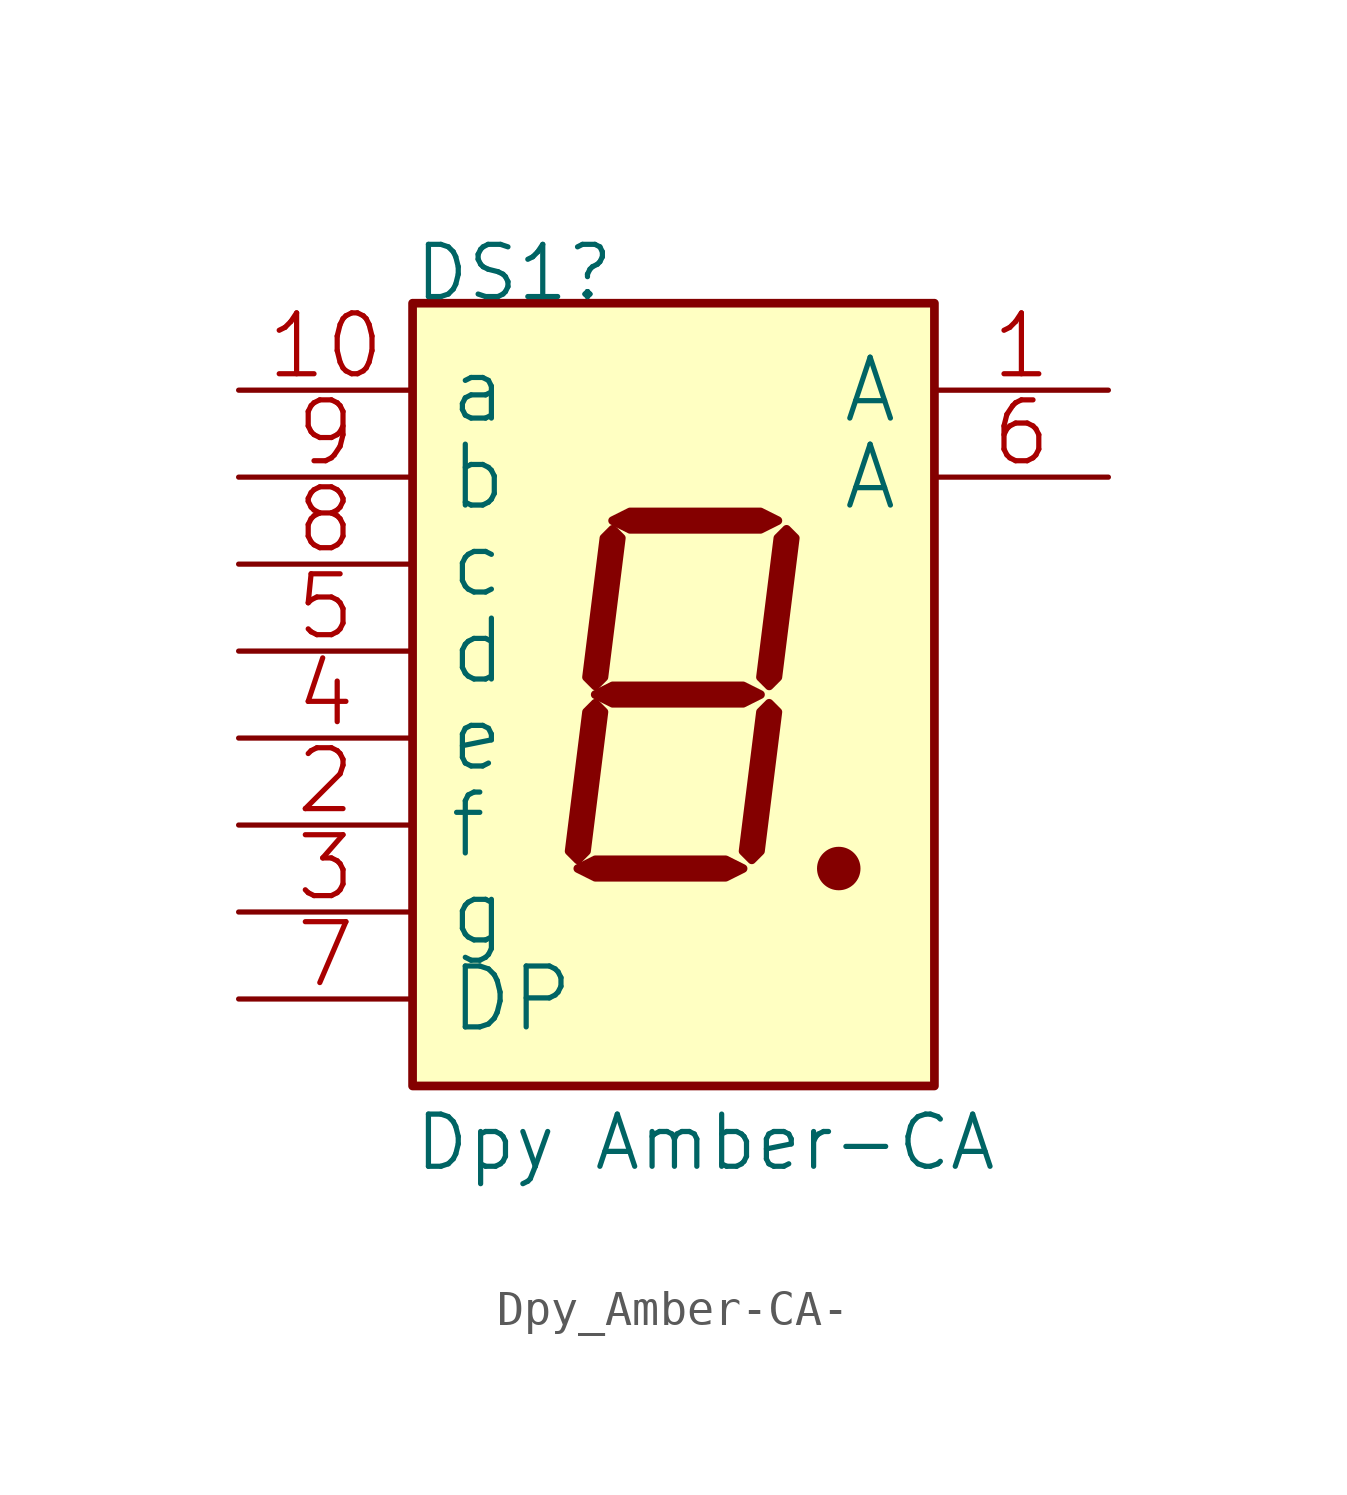
<source format=kicad_sym>
(kicad_symbol_lib
  (version 20211014)
  (generator kicad_symbol_editor)
  (symbol "Dpy_Amber-CA-"
    (pin_names
      (offset 1.016))
    (property "Reference" "DS1"
      (at 0 0 0)
      (effects (font (size 1.524 1.524)) (justify left bottom)))
    (property "Value" "Dpy Amber-CA"
      (at 0 -25.4 0)
      (effects (font (size 1.524 1.524)) (justify left bottom)))
    (property "Footprint" ""
      (at 0 -25.4 0)
      (effects (font (size 1.524 1.524))))
    (property "Datasheet" ""
      (at 0 -25.4 0)
      (effects (font (size 1.524 1.524))))
    (symbol "Dpy_Amber-CA-_0_1"
      (rectangle (start 0 -22.86) (end 15.24 0) (stroke (width 0.254) (type default) (color 0 0 0 0)) (fill (type background)))
      (polyline (pts (xy 4.826 -16.51) (xy 5.334 -16.256) (xy 9.144 -16.256) (xy 9.652 -16.51) (xy 9.144 -16.764) (xy 5.334 -16.764) (xy 4.826 -16.51) (xy 4.826 -16.51)) (stroke (width 0.254) (type default) (color 0 0 0 0)) (fill (type outline)))
      (polyline (pts (xy 5.334 -11.684) (xy 5.08 -11.938) (xy 4.572 -16.002) (xy 4.826 -16.256) (xy 5.08 -16.002) (xy 5.588 -11.938) (xy 5.334 -11.684) (xy 5.334 -11.684)) (stroke (width 0.254) (type default) (color 0 0 0 0)) (fill (type outline)))
      (polyline (pts (xy 5.334 -11.43) (xy 5.842 -11.176) (xy 9.652 -11.176) (xy 10.16 -11.43) (xy 9.652 -11.684) (xy 5.842 -11.684) (xy 5.334 -11.43) (xy 5.334 -11.43)) (stroke (width 0.254) (type default) (color 0 0 0 0)) (fill (type outline)))
      (polyline (pts (xy 5.842 -6.604) (xy 5.588 -6.858) (xy 5.08 -10.922) (xy 5.334 -11.176) (xy 5.588 -10.922) (xy 6.096 -6.858) (xy 5.842 -6.604) (xy 5.842 -6.604)) (stroke (width 0.254) (type default) (color 0 0 0 0)) (fill (type outline)))
      (polyline (pts (xy 5.842 -6.35) (xy 6.35 -6.096) (xy 10.16 -6.096) (xy 10.668 -6.35) (xy 10.16 -6.604) (xy 6.35 -6.604) (xy 5.842 -6.35) (xy 5.842 -6.35)) (stroke (width 0.254) (type default) (color 0 0 0 0)) (fill (type outline)))
      (polyline (pts (xy 10.414 -11.684) (xy 10.16 -11.938) (xy 9.652 -16.002) (xy 9.906 -16.256) (xy 10.16 -16.002) (xy 10.668 -11.938) (xy 10.414 -11.684) (xy 10.414 -11.684)) (stroke (width 0.254) (type default) (color 0 0 0 0)) (fill (type outline)))
      (polyline (pts (xy 10.922 -6.604) (xy 10.668 -6.858) (xy 10.16 -10.922) (xy 10.414 -11.176) (xy 10.668 -10.922) (xy 11.176 -6.858) (xy 10.922 -6.604) (xy 10.922 -6.604)) (stroke (width 0.254) (type default) (color 0 0 0 0)) (fill (type outline)))
      (circle (center 12.446 -16.51) (radius 0.508) (stroke (width 0.254) (type default) (color 0 0 0 0)) (fill (type outline)))
      (pin passive line (at 20.32 -2.54 180) (length 5.08) (name "A" (effects (font (size 1.778 1.778)))) (number "1" (effects (font (size 1.778 1.778)))))
      (pin passive line (at -5.08 -2.54 0) (length 5.08) (name "a" (effects (font (size 1.778 1.778)))) (number "10" (effects (font (size 1.778 1.778)))))
      (pin passive line (at -5.08 -15.24 0) (length 5.08) (name "f" (effects (font (size 1.778 1.778)))) (number "2" (effects (font (size 1.778 1.778)))))
      (pin passive line (at -5.08 -17.78 0) (length 5.08) (name "g" (effects (font (size 1.778 1.778)))) (number "3" (effects (font (size 1.778 1.778)))))
      (pin passive line (at -5.08 -12.7 0) (length 5.08) (name "e" (effects (font (size 1.778 1.778)))) (number "4" (effects (font (size 1.778 1.778)))))
      (pin passive line (at -5.08 -10.16 0) (length 5.08) (name "d" (effects (font (size 1.778 1.778)))) (number "5" (effects (font (size 1.778 1.778)))))
      (pin passive line (at 20.32 -5.08 180) (length 5.08) (name "A" (effects (font (size 1.778 1.778)))) (number "6" (effects (font (size 1.778 1.778)))))
      (pin passive line (at -5.08 -20.32 0) (length 5.08) (name "DP" (effects (font (size 1.778 1.778)))) (number "7" (effects (font (size 1.778 1.778)))))
      (pin passive line (at -5.08 -7.62 0) (length 5.08) (name "c" (effects (font (size 1.778 1.778)))) (number "8" (effects (font (size 1.778 1.778)))))
      (pin passive line (at -5.08 -5.08 0) (length 5.08) (name "b" (effects (font (size 1.778 1.778)))) (number "9" (effects (font (size 1.778 1.778))))))))
</source>
